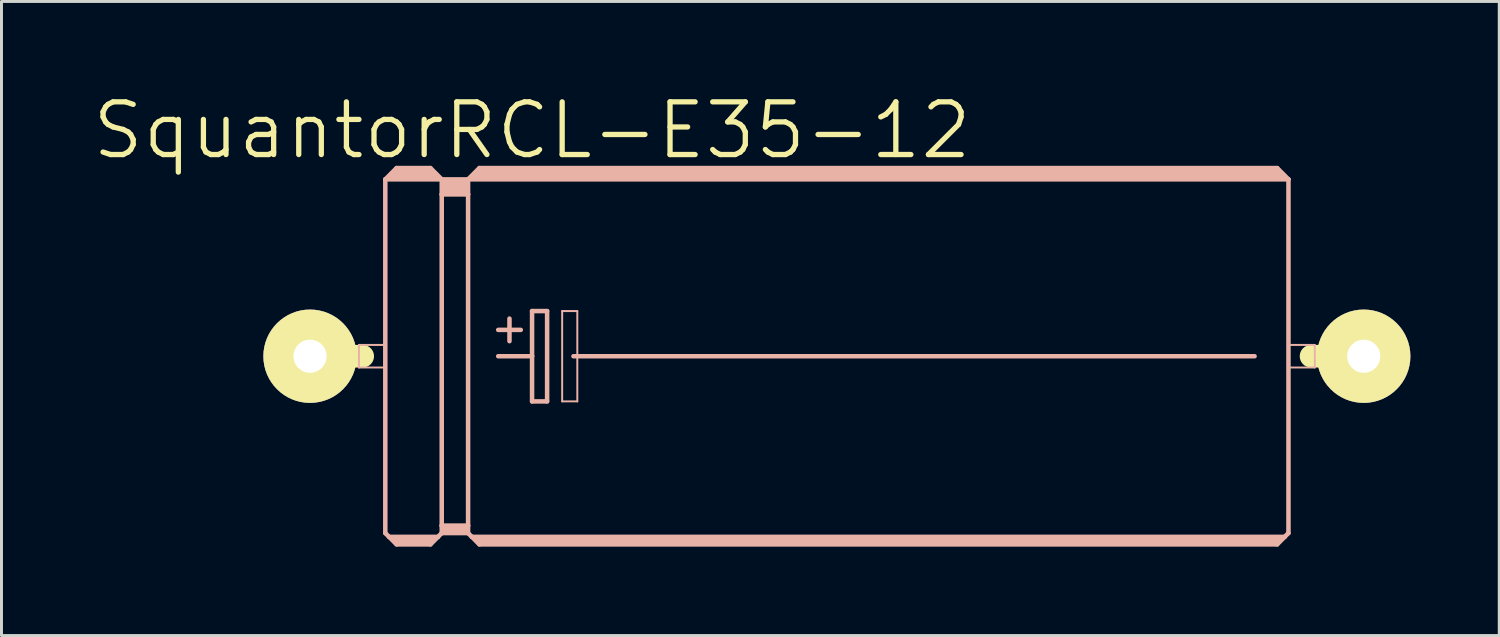
<source format=kicad_pcb>
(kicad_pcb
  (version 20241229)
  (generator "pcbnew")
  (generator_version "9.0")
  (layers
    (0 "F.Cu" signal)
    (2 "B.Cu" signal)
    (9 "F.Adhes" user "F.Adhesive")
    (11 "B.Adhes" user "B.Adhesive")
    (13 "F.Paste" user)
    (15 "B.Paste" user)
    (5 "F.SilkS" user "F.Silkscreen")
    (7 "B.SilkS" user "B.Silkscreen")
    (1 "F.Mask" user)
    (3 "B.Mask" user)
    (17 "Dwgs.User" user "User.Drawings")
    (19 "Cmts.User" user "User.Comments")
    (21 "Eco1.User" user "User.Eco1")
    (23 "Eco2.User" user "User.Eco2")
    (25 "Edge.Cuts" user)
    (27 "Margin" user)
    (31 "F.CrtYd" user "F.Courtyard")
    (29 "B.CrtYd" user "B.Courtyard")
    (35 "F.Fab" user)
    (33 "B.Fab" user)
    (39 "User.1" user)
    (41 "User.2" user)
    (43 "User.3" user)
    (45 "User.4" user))
  (footprint "SquantorRCL-E35-12"
    (layer "F.Cu")
    (at 25.193 8.972)
    (property "Reference" "SquantorRCL-E35-12" (at -10.287 -7.62 0) (layer "F.SilkS") (effects (font (size 1.778 1.778) (thickness 0.178))))
    (attr exclude_from_pos_files exclude_from_bom)
    (fp_line (start -17.78 0) (end -16.002 0) (stroke (width 0.762) (type solid)) (layer "F.SilkS"))
    (fp_line (start 17.78 0) (end 16.002 0) (stroke (width 0.762) (type solid)) (layer "F.SilkS"))
    (fp_line (start -16.129 -0.381) (end -15.24 -0.381) (stroke (width 0.066) (type solid)) (layer "B.SilkS"))
    (fp_line (start -16.129 0.381) (end -16.129 -0.381) (stroke (width 0.066) (type solid)) (layer "B.SilkS"))
    (fp_line (start -16.129 0.381) (end -15.24 0.381) (stroke (width 0.066) (type solid)) (layer "B.SilkS"))
    (fp_line (start -15.24 -5.969) (end -15.24 5.969) (stroke (width 0.152) (type solid)) (layer "B.SilkS"))
    (fp_line (start -15.24 -5.969) (end -14.859 -6.35) (stroke (width 0.152) (type solid)) (layer "B.SilkS"))
    (fp_line (start -15.24 -5.969) (end -13.335 -5.969) (stroke (width 0.152) (type solid)) (layer "B.SilkS"))
    (fp_line (start -15.24 0.381) (end -15.24 -0.381) (stroke (width 0.066) (type solid)) (layer "B.SilkS"))
    (fp_line (start -15.24 5.969) (end -15.113 6.096) (stroke (width 0.152) (type solid)) (layer "B.SilkS"))
    (fp_line (start -15.113 6.096) (end -14.859 6.35) (stroke (width 0.152) (type solid)) (layer "B.SilkS"))
    (fp_line (start -15.113 6.096) (end -13.462 6.096) (stroke (width 0.152) (type solid)) (layer "B.SilkS"))
    (fp_line (start -14.986 -6.096) (end -13.589 -6.096) (stroke (width 0.305) (type solid)) (layer "B.SilkS"))
    (fp_line (start -14.859 -6.35) (end -13.716 -6.35) (stroke (width 0.152) (type solid)) (layer "B.SilkS"))
    (fp_line (start -14.859 -6.223) (end -13.716 -6.223) (stroke (width 0.305) (type solid)) (layer "B.SilkS"))
    (fp_line (start -14.859 6.223) (end -13.716 6.223) (stroke (width 0.305) (type solid)) (layer "B.SilkS"))
    (fp_line (start -14.859 6.35) (end -13.716 6.35) (stroke (width 0.152) (type solid)) (layer "B.SilkS"))
    (fp_line (start -13.462 6.096) (end -13.716 6.35) (stroke (width 0.152) (type solid)) (layer "B.SilkS"))
    (fp_line (start -13.335 -5.969) (end -13.716 -6.35) (stroke (width 0.152) (type solid)) (layer "B.SilkS"))
    (fp_line (start -13.335 -5.969) (end -13.335 -5.461) (stroke (width 0.152) (type solid)) (layer "B.SilkS"))
    (fp_line (start -13.335 -5.969) (end -12.446 -5.969) (stroke (width 0.152) (type solid)) (layer "B.SilkS"))
    (fp_line (start -13.335 -5.461) (end -13.335 5.715) (stroke (width 0.152) (type solid)) (layer "B.SilkS"))
    (fp_line (start -13.335 -5.461) (end -12.446 -5.461) (stroke (width 0.152) (type solid)) (layer "B.SilkS"))
    (fp_line (start -13.335 5.715) (end -13.335 5.969) (stroke (width 0.152) (type solid)) (layer "B.SilkS"))
    (fp_line (start -13.335 5.715) (end -12.446 5.715) (stroke (width 0.152) (type solid)) (layer "B.SilkS"))
    (fp_line (start -13.335 5.969) (end -13.462 6.096) (stroke (width 0.152) (type solid)) (layer "B.SilkS"))
    (fp_line (start -13.335 5.969) (end -12.446 5.969) (stroke (width 0.152) (type solid)) (layer "B.SilkS"))
    (fp_line (start -13.208 -5.842) (end -12.573 -5.842) (stroke (width 0.305) (type solid)) (layer "B.SilkS"))
    (fp_line (start -13.208 -5.588) (end -12.573 -5.588) (stroke (width 0.305) (type solid)) (layer "B.SilkS"))
    (fp_line (start -13.208 5.842) (end -12.573 5.842) (stroke (width 0.305) (type solid)) (layer "B.SilkS"))
    (fp_line (start -12.446 -5.969) (end -12.446 -5.461) (stroke (width 0.152) (type solid)) (layer "B.SilkS"))
    (fp_line (start -12.446 -5.969) (end -12.065 -6.35) (stroke (width 0.152) (type solid)) (layer "B.SilkS"))
    (fp_line (start -12.446 -5.969) (end 15.24 -5.969) (stroke (width 0.152) (type solid)) (layer "B.SilkS"))
    (fp_line (start -12.446 -5.461) (end -12.446 5.715) (stroke (width 0.152) (type solid)) (layer "B.SilkS"))
    (fp_line (start -12.446 5.715) (end -12.446 5.969) (stroke (width 0.152) (type solid)) (layer "B.SilkS"))
    (fp_line (start -12.319 6.096) (end -12.446 5.969) (stroke (width 0.152) (type solid)) (layer "B.SilkS"))
    (fp_line (start -12.319 6.096) (end 15.113 6.096) (stroke (width 0.152) (type solid)) (layer "B.SilkS"))
    (fp_line (start -12.192 -6.096) (end 14.986 -6.096) (stroke (width 0.305) (type solid)) (layer "B.SilkS"))
    (fp_line (start -12.065 -6.223) (end 14.859 -6.223) (stroke (width 0.305) (type solid)) (layer "B.SilkS"))
    (fp_line (start -12.065 6.223) (end 14.859 6.223) (stroke (width 0.305) (type solid)) (layer "B.SilkS"))
    (fp_line (start -12.065 6.35) (end -12.319 6.096) (stroke (width 0.152) (type solid)) (layer "B.SilkS"))
    (fp_line (start -11.43 -0.889) (end -10.668 -0.889) (stroke (width 0.152) (type solid)) (layer "B.SilkS"))
    (fp_line (start -11.43 0) (end -10.287 0) (stroke (width 0.152) (type solid)) (layer "B.SilkS"))
    (fp_line (start -11.049 -1.27) (end -11.049 -0.508) (stroke (width 0.152) (type solid)) (layer "B.SilkS"))
    (fp_line (start -10.287 -1.524) (end -10.287 0) (stroke (width 0.152) (type solid)) (layer "B.SilkS"))
    (fp_line (start -10.287 0) (end -10.287 1.524) (stroke (width 0.152) (type solid)) (layer "B.SilkS"))
    (fp_line (start -10.287 1.524) (end -9.779 1.524) (stroke (width 0.152) (type solid)) (layer "B.SilkS"))
    (fp_line (start -9.779 -1.524) (end -10.287 -1.524) (stroke (width 0.152) (type solid)) (layer "B.SilkS"))
    (fp_line (start -9.779 1.524) (end -9.779 -1.524) (stroke (width 0.152) (type solid)) (layer "B.SilkS"))
    (fp_line (start -9.271 -1.524) (end -8.76 -1.524) (stroke (width 0.066) (type solid)) (layer "B.SilkS"))
    (fp_line (start -9.271 1.524) (end -9.271 -1.524) (stroke (width 0.066) (type solid)) (layer "B.SilkS"))
    (fp_line (start -9.271 1.524) (end -8.76 1.524) (stroke (width 0.066) (type solid)) (layer "B.SilkS"))
    (fp_line (start -8.89 0) (end 14.097 0) (stroke (width 0.152) (type solid)) (layer "B.SilkS"))
    (fp_line (start -8.76 1.524) (end -8.76 -1.524) (stroke (width 0.066) (type solid)) (layer "B.SilkS"))
    (fp_line (start 14.859 -6.35) (end -12.065 -6.35) (stroke (width 0.152) (type solid)) (layer "B.SilkS"))
    (fp_line (start 14.859 6.35) (end -12.065 6.35) (stroke (width 0.152) (type solid)) (layer "B.SilkS"))
    (fp_line (start 15.113 6.096) (end 14.859 6.35) (stroke (width 0.152) (type solid)) (layer "B.SilkS"))
    (fp_line (start 15.24 -5.969) (end 14.859 -6.35) (stroke (width 0.152) (type solid)) (layer "B.SilkS"))
    (fp_line (start 15.24 -5.969) (end 15.24 5.969) (stroke (width 0.152) (type solid)) (layer "B.SilkS"))
    (fp_line (start 15.24 -0.381) (end 16.129 -0.381) (stroke (width 0.066) (type solid)) (layer "B.SilkS"))
    (fp_line (start 15.24 0.381) (end 15.24 -0.381) (stroke (width 0.066) (type solid)) (layer "B.SilkS"))
    (fp_line (start 15.24 0.381) (end 16.129 0.381) (stroke (width 0.066) (type solid)) (layer "B.SilkS"))
    (fp_line (start 15.24 5.969) (end 15.113 6.096) (stroke (width 0.152) (type solid)) (layer "B.SilkS"))
    (fp_line (start 16.129 0.381) (end 16.129 -0.381) (stroke (width 0.066) (type solid)) (layer "B.SilkS"))
    (pad "+" thru_hole circle (at -17.78 0) (size 3.15 3.15) (drill 1.118) (layers "*.Cu" "F.Mask" "F.SilkS" "F.Paste"))
    (pad "-" thru_hole circle (at 17.78 0) (size 3.15 3.15) (drill 1.118) (layers "*.Cu" "F.Mask" "F.SilkS" "F.Paste")))
  (gr_rect
    (start -3 -3)
    (end 47.547 18.398)
    (stroke (width 0.1) (type default))
    (fill no)
    (layer "Edge.Cuts")))
</source>
